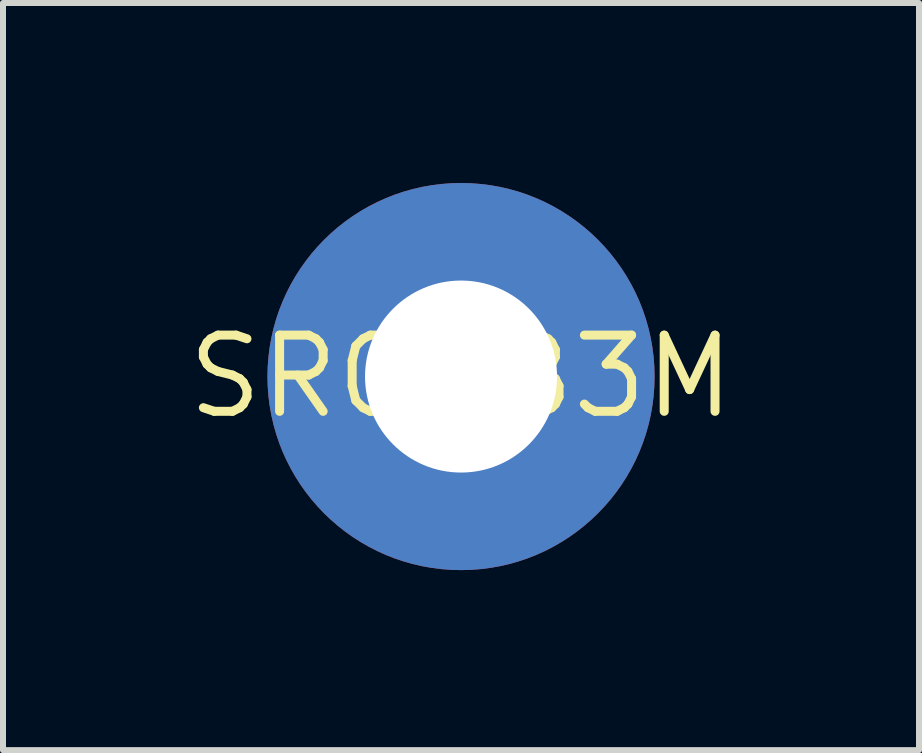
<source format=kicad_pcb>
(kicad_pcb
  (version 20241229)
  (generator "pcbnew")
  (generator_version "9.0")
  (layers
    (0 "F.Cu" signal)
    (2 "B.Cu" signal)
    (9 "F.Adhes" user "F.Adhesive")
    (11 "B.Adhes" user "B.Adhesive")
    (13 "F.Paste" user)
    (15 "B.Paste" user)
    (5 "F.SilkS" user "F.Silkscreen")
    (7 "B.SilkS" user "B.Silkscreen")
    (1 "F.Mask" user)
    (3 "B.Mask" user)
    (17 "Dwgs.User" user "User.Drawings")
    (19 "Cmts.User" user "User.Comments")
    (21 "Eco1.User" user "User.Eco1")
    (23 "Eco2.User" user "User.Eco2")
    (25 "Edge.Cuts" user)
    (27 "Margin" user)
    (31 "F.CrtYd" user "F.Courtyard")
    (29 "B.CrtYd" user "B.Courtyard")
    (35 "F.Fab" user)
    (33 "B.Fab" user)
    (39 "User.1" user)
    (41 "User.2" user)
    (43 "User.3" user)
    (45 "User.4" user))
  (footprint "SROUB3M"
    (layer "F.Cu")
    (at 4.634 3.226)
    (property "Reference" "SROUB3M" (at 0 0 0) (layer "F.SilkS") (effects (font (size 1.27 1.27) (thickness 0.15))))
    (pad "P$1" thru_hole circle (at 0 0) (size 6.452 6.452) (drill 3.2) (layers "*.Cu" "*.Mask")))
  (gr_rect
    (start -3 -3)
    (end 12.267 9.452)
    (stroke (width 0.1) (type default))
    (fill no)
    (layer "Edge.Cuts")))
</source>
